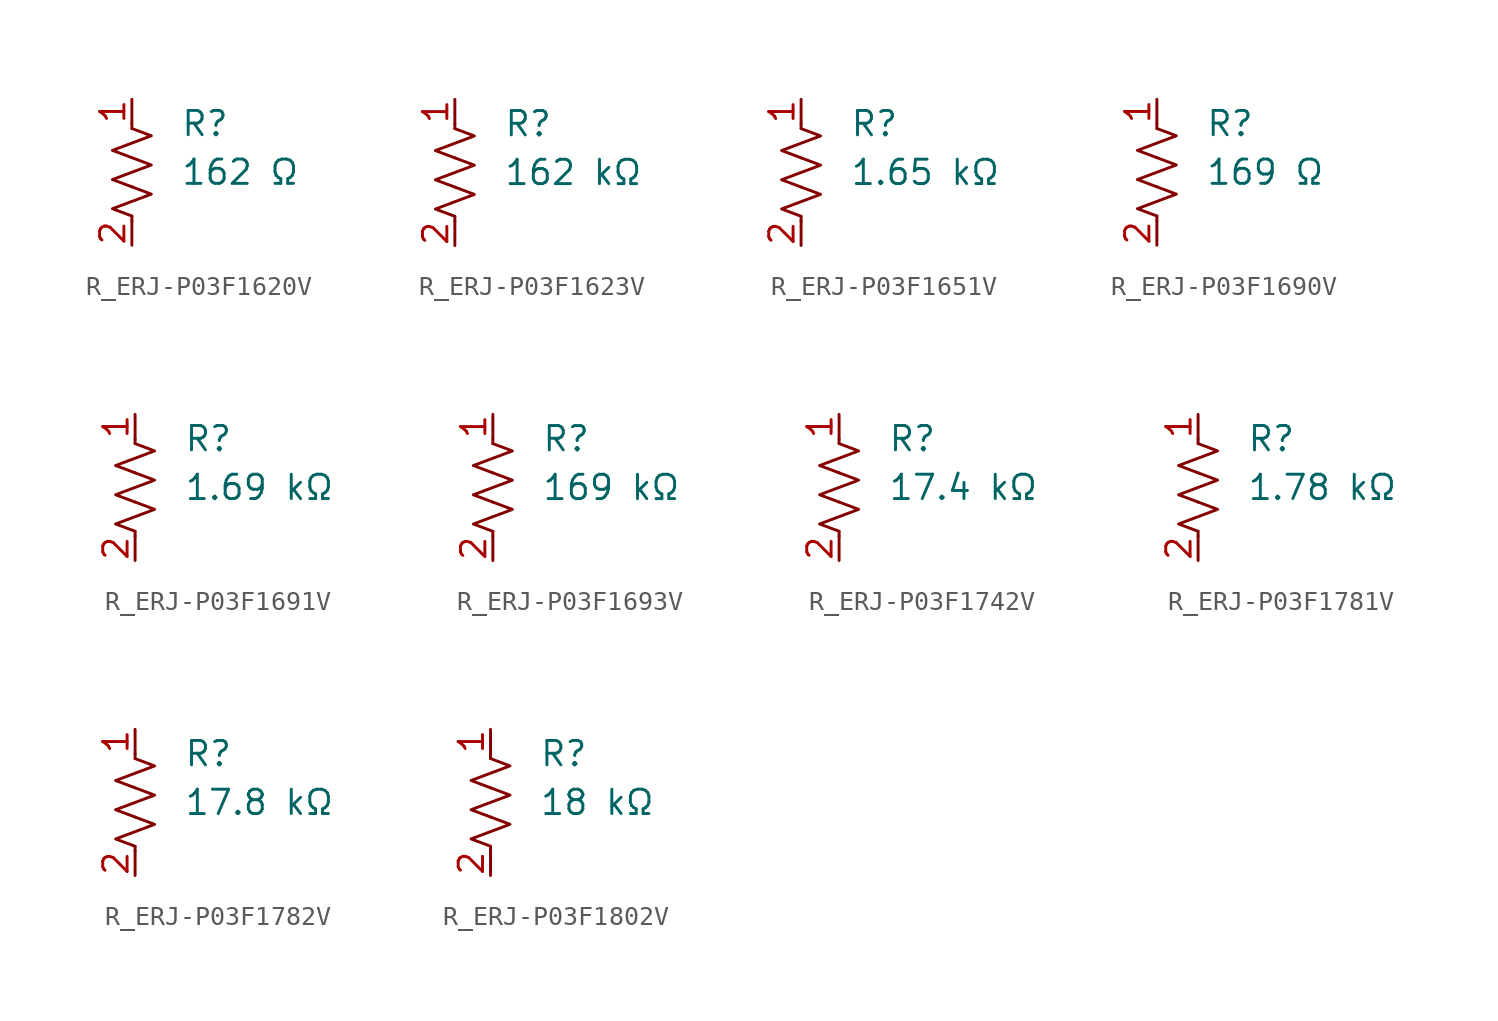
<source format=kicad_sym>
(kicad_symbol_lib
  (version 20231120)
  (generator "kicad_symbol_editor")
  (generator_version "8.0")
  (symbol "R_ERJ-P03F1620V"
    (pin_names
      (offset 0.254))
    (property "Value" "162 Ω"
      (at 2.54 0 0)
      (effects (font (size 1.27 1.27)) (justify left)))
    (property "Reference" "R"
      (at 2.54 2.54 0)
      (effects (font (size 1.27 1.27)) (justify left)))
    (symbol "R_ERJ-P03F1620V_0_1"
      (polyline (pts (xy 0 -2.286) (xy 0 -2.54)) (stroke (width 0) (type default)) (fill (type none)))
      (polyline (pts (xy 0 2.286) (xy 0 2.54)) (stroke (width 0) (type default)) (fill (type none)))
      (polyline (pts (xy 0 -0.762) (xy 1.016 -1.143) (xy 0 -1.524) (xy -1.016 -1.905) (xy 0 -2.286)) (stroke (width 0) (type default)) (fill (type none)))
      (polyline (pts (xy 0 0.762) (xy 1.016 0.381) (xy 0 0) (xy -1.016 -0.381) (xy 0 -0.762)) (stroke (width 0) (type default)) (fill (type none)))
      (polyline (pts (xy 0 2.286) (xy 1.016 1.905) (xy 0 1.524) (xy -1.016 1.143) (xy 0 0.762)) (stroke (width 0) (type default)) (fill (type none))))
    (symbol "R_ERJ-P03F1620V_1_1"
      (pin passive line (at 0 3.81 270) (length 1.27) (name "~" (effects (font (size 1.27 1.27)))) (number "1" (effects (font (size 1.27 1.27)))))
      (pin passive line (at 0 -3.81 90) (length 1.27) (name "~" (effects (font (size 1.27 1.27)))) (number "2" (effects (font (size 1.27 1.27)))))))
  (symbol "R_ERJ-P03F1623V"
    (pin_names
      (offset 0.254))
    (property "Value" "162 kΩ"
      (at 2.54 0 0)
      (effects (font (size 1.27 1.27)) (justify left)))
    (property "Reference" "R"
      (at 2.54 2.54 0)
      (effects (font (size 1.27 1.27)) (justify left)))
    (symbol "R_ERJ-P03F1623V_0_1"
      (polyline (pts (xy 0 -2.286) (xy 0 -2.54)) (stroke (width 0) (type default)) (fill (type none)))
      (polyline (pts (xy 0 2.286) (xy 0 2.54)) (stroke (width 0) (type default)) (fill (type none)))
      (polyline (pts (xy 0 -0.762) (xy 1.016 -1.143) (xy 0 -1.524) (xy -1.016 -1.905) (xy 0 -2.286)) (stroke (width 0) (type default)) (fill (type none)))
      (polyline (pts (xy 0 0.762) (xy 1.016 0.381) (xy 0 0) (xy -1.016 -0.381) (xy 0 -0.762)) (stroke (width 0) (type default)) (fill (type none)))
      (polyline (pts (xy 0 2.286) (xy 1.016 1.905) (xy 0 1.524) (xy -1.016 1.143) (xy 0 0.762)) (stroke (width 0) (type default)) (fill (type none))))
    (symbol "R_ERJ-P03F1623V_1_1"
      (pin passive line (at 0 3.81 270) (length 1.27) (name "~" (effects (font (size 1.27 1.27)))) (number "1" (effects (font (size 1.27 1.27)))))
      (pin passive line (at 0 -3.81 90) (length 1.27) (name "~" (effects (font (size 1.27 1.27)))) (number "2" (effects (font (size 1.27 1.27)))))))
  (symbol "R_ERJ-P03F1651V"
    (pin_names
      (offset 0.254))
    (property "Value" "1.65 kΩ"
      (at 2.54 0 0)
      (effects (font (size 1.27 1.27)) (justify left)))
    (property "Reference" "R"
      (at 2.54 2.54 0)
      (effects (font (size 1.27 1.27)) (justify left)))
    (symbol "R_ERJ-P03F1651V_0_1"
      (polyline (pts (xy 0 -2.286) (xy 0 -2.54)) (stroke (width 0) (type default)) (fill (type none)))
      (polyline (pts (xy 0 2.286) (xy 0 2.54)) (stroke (width 0) (type default)) (fill (type none)))
      (polyline (pts (xy 0 -0.762) (xy 1.016 -1.143) (xy 0 -1.524) (xy -1.016 -1.905) (xy 0 -2.286)) (stroke (width 0) (type default)) (fill (type none)))
      (polyline (pts (xy 0 0.762) (xy 1.016 0.381) (xy 0 0) (xy -1.016 -0.381) (xy 0 -0.762)) (stroke (width 0) (type default)) (fill (type none)))
      (polyline (pts (xy 0 2.286) (xy 1.016 1.905) (xy 0 1.524) (xy -1.016 1.143) (xy 0 0.762)) (stroke (width 0) (type default)) (fill (type none))))
    (symbol "R_ERJ-P03F1651V_1_1"
      (pin passive line (at 0 3.81 270) (length 1.27) (name "~" (effects (font (size 1.27 1.27)))) (number "1" (effects (font (size 1.27 1.27)))))
      (pin passive line (at 0 -3.81 90) (length 1.27) (name "~" (effects (font (size 1.27 1.27)))) (number "2" (effects (font (size 1.27 1.27)))))))
  (symbol "R_ERJ-P03F1690V"
    (pin_names
      (offset 0.254))
    (property "Value" "169 Ω"
      (at 2.54 0 0)
      (effects (font (size 1.27 1.27)) (justify left)))
    (property "Reference" "R"
      (at 2.54 2.54 0)
      (effects (font (size 1.27 1.27)) (justify left)))
    (symbol "R_ERJ-P03F1690V_0_1"
      (polyline (pts (xy 0 -2.286) (xy 0 -2.54)) (stroke (width 0) (type default)) (fill (type none)))
      (polyline (pts (xy 0 2.286) (xy 0 2.54)) (stroke (width 0) (type default)) (fill (type none)))
      (polyline (pts (xy 0 -0.762) (xy 1.016 -1.143) (xy 0 -1.524) (xy -1.016 -1.905) (xy 0 -2.286)) (stroke (width 0) (type default)) (fill (type none)))
      (polyline (pts (xy 0 0.762) (xy 1.016 0.381) (xy 0 0) (xy -1.016 -0.381) (xy 0 -0.762)) (stroke (width 0) (type default)) (fill (type none)))
      (polyline (pts (xy 0 2.286) (xy 1.016 1.905) (xy 0 1.524) (xy -1.016 1.143) (xy 0 0.762)) (stroke (width 0) (type default)) (fill (type none))))
    (symbol "R_ERJ-P03F1690V_1_1"
      (pin passive line (at 0 3.81 270) (length 1.27) (name "~" (effects (font (size 1.27 1.27)))) (number "1" (effects (font (size 1.27 1.27)))))
      (pin passive line (at 0 -3.81 90) (length 1.27) (name "~" (effects (font (size 1.27 1.27)))) (number "2" (effects (font (size 1.27 1.27)))))))
  (symbol "R_ERJ-P03F1691V"
    (pin_names
      (offset 0.254))
    (property "Value" "1.69 kΩ"
      (at 2.54 0 0)
      (effects (font (size 1.27 1.27)) (justify left)))
    (property "Reference" "R"
      (at 2.54 2.54 0)
      (effects (font (size 1.27 1.27)) (justify left)))
    (symbol "R_ERJ-P03F1691V_0_1"
      (polyline (pts (xy 0 -2.286) (xy 0 -2.54)) (stroke (width 0) (type default)) (fill (type none)))
      (polyline (pts (xy 0 2.286) (xy 0 2.54)) (stroke (width 0) (type default)) (fill (type none)))
      (polyline (pts (xy 0 -0.762) (xy 1.016 -1.143) (xy 0 -1.524) (xy -1.016 -1.905) (xy 0 -2.286)) (stroke (width 0) (type default)) (fill (type none)))
      (polyline (pts (xy 0 0.762) (xy 1.016 0.381) (xy 0 0) (xy -1.016 -0.381) (xy 0 -0.762)) (stroke (width 0) (type default)) (fill (type none)))
      (polyline (pts (xy 0 2.286) (xy 1.016 1.905) (xy 0 1.524) (xy -1.016 1.143) (xy 0 0.762)) (stroke (width 0) (type default)) (fill (type none))))
    (symbol "R_ERJ-P03F1691V_1_1"
      (pin passive line (at 0 3.81 270) (length 1.27) (name "~" (effects (font (size 1.27 1.27)))) (number "1" (effects (font (size 1.27 1.27)))))
      (pin passive line (at 0 -3.81 90) (length 1.27) (name "~" (effects (font (size 1.27 1.27)))) (number "2" (effects (font (size 1.27 1.27)))))))
  (symbol "R_ERJ-P03F1693V"
    (pin_names
      (offset 0.254))
    (property "Value" "169 kΩ"
      (at 2.54 0 0)
      (effects (font (size 1.27 1.27)) (justify left)))
    (property "Reference" "R"
      (at 2.54 2.54 0)
      (effects (font (size 1.27 1.27)) (justify left)))
    (symbol "R_ERJ-P03F1693V_0_1"
      (polyline (pts (xy 0 -2.286) (xy 0 -2.54)) (stroke (width 0) (type default)) (fill (type none)))
      (polyline (pts (xy 0 2.286) (xy 0 2.54)) (stroke (width 0) (type default)) (fill (type none)))
      (polyline (pts (xy 0 -0.762) (xy 1.016 -1.143) (xy 0 -1.524) (xy -1.016 -1.905) (xy 0 -2.286)) (stroke (width 0) (type default)) (fill (type none)))
      (polyline (pts (xy 0 0.762) (xy 1.016 0.381) (xy 0 0) (xy -1.016 -0.381) (xy 0 -0.762)) (stroke (width 0) (type default)) (fill (type none)))
      (polyline (pts (xy 0 2.286) (xy 1.016 1.905) (xy 0 1.524) (xy -1.016 1.143) (xy 0 0.762)) (stroke (width 0) (type default)) (fill (type none))))
    (symbol "R_ERJ-P03F1693V_1_1"
      (pin passive line (at 0 3.81 270) (length 1.27) (name "~" (effects (font (size 1.27 1.27)))) (number "1" (effects (font (size 1.27 1.27)))))
      (pin passive line (at 0 -3.81 90) (length 1.27) (name "~" (effects (font (size 1.27 1.27)))) (number "2" (effects (font (size 1.27 1.27)))))))
  (symbol "R_ERJ-P03F1742V"
    (pin_names
      (offset 0.254))
    (property "Value" "17.4 kΩ"
      (at 2.54 0 0)
      (effects (font (size 1.27 1.27)) (justify left)))
    (property "Reference" "R"
      (at 2.54 2.54 0)
      (effects (font (size 1.27 1.27)) (justify left)))
    (symbol "R_ERJ-P03F1742V_0_1"
      (polyline (pts (xy 0 -2.286) (xy 0 -2.54)) (stroke (width 0) (type default)) (fill (type none)))
      (polyline (pts (xy 0 2.286) (xy 0 2.54)) (stroke (width 0) (type default)) (fill (type none)))
      (polyline (pts (xy 0 -0.762) (xy 1.016 -1.143) (xy 0 -1.524) (xy -1.016 -1.905) (xy 0 -2.286)) (stroke (width 0) (type default)) (fill (type none)))
      (polyline (pts (xy 0 0.762) (xy 1.016 0.381) (xy 0 0) (xy -1.016 -0.381) (xy 0 -0.762)) (stroke (width 0) (type default)) (fill (type none)))
      (polyline (pts (xy 0 2.286) (xy 1.016 1.905) (xy 0 1.524) (xy -1.016 1.143) (xy 0 0.762)) (stroke (width 0) (type default)) (fill (type none))))
    (symbol "R_ERJ-P03F1742V_1_1"
      (pin passive line (at 0 3.81 270) (length 1.27) (name "~" (effects (font (size 1.27 1.27)))) (number "1" (effects (font (size 1.27 1.27)))))
      (pin passive line (at 0 -3.81 90) (length 1.27) (name "~" (effects (font (size 1.27 1.27)))) (number "2" (effects (font (size 1.27 1.27)))))))
  (symbol "R_ERJ-P03F1781V"
    (pin_names
      (offset 0.254))
    (property "Value" "1.78 kΩ"
      (at 2.54 0 0)
      (effects (font (size 1.27 1.27)) (justify left)))
    (property "Reference" "R"
      (at 2.54 2.54 0)
      (effects (font (size 1.27 1.27)) (justify left)))
    (symbol "R_ERJ-P03F1781V_0_1"
      (polyline (pts (xy 0 -2.286) (xy 0 -2.54)) (stroke (width 0) (type default)) (fill (type none)))
      (polyline (pts (xy 0 2.286) (xy 0 2.54)) (stroke (width 0) (type default)) (fill (type none)))
      (polyline (pts (xy 0 -0.762) (xy 1.016 -1.143) (xy 0 -1.524) (xy -1.016 -1.905) (xy 0 -2.286)) (stroke (width 0) (type default)) (fill (type none)))
      (polyline (pts (xy 0 0.762) (xy 1.016 0.381) (xy 0 0) (xy -1.016 -0.381) (xy 0 -0.762)) (stroke (width 0) (type default)) (fill (type none)))
      (polyline (pts (xy 0 2.286) (xy 1.016 1.905) (xy 0 1.524) (xy -1.016 1.143) (xy 0 0.762)) (stroke (width 0) (type default)) (fill (type none))))
    (symbol "R_ERJ-P03F1781V_1_1"
      (pin passive line (at 0 3.81 270) (length 1.27) (name "~" (effects (font (size 1.27 1.27)))) (number "1" (effects (font (size 1.27 1.27)))))
      (pin passive line (at 0 -3.81 90) (length 1.27) (name "~" (effects (font (size 1.27 1.27)))) (number "2" (effects (font (size 1.27 1.27)))))))
  (symbol "R_ERJ-P03F1782V"
    (pin_names
      (offset 0.254))
    (property "Value" "17.8 kΩ"
      (at 2.54 0 0)
      (effects (font (size 1.27 1.27)) (justify left)))
    (property "Reference" "R"
      (at 2.54 2.54 0)
      (effects (font (size 1.27 1.27)) (justify left)))
    (symbol "R_ERJ-P03F1782V_0_1"
      (polyline (pts (xy 0 -2.286) (xy 0 -2.54)) (stroke (width 0) (type default)) (fill (type none)))
      (polyline (pts (xy 0 2.286) (xy 0 2.54)) (stroke (width 0) (type default)) (fill (type none)))
      (polyline (pts (xy 0 -0.762) (xy 1.016 -1.143) (xy 0 -1.524) (xy -1.016 -1.905) (xy 0 -2.286)) (stroke (width 0) (type default)) (fill (type none)))
      (polyline (pts (xy 0 0.762) (xy 1.016 0.381) (xy 0 0) (xy -1.016 -0.381) (xy 0 -0.762)) (stroke (width 0) (type default)) (fill (type none)))
      (polyline (pts (xy 0 2.286) (xy 1.016 1.905) (xy 0 1.524) (xy -1.016 1.143) (xy 0 0.762)) (stroke (width 0) (type default)) (fill (type none))))
    (symbol "R_ERJ-P03F1782V_1_1"
      (pin passive line (at 0 3.81 270) (length 1.27) (name "~" (effects (font (size 1.27 1.27)))) (number "1" (effects (font (size 1.27 1.27)))))
      (pin passive line (at 0 -3.81 90) (length 1.27) (name "~" (effects (font (size 1.27 1.27)))) (number "2" (effects (font (size 1.27 1.27)))))))
  (symbol "R_ERJ-P03F1802V"
    (pin_names
      (offset 0.254))
    (property "Value" "18 kΩ"
      (at 2.54 0 0)
      (effects (font (size 1.27 1.27)) (justify left)))
    (property "Reference" "R"
      (at 2.54 2.54 0)
      (effects (font (size 1.27 1.27)) (justify left)))
    (symbol "R_ERJ-P03F1802V_0_1"
      (polyline (pts (xy 0 -2.286) (xy 0 -2.54)) (stroke (width 0) (type default)) (fill (type none)))
      (polyline (pts (xy 0 2.286) (xy 0 2.54)) (stroke (width 0) (type default)) (fill (type none)))
      (polyline (pts (xy 0 -0.762) (xy 1.016 -1.143) (xy 0 -1.524) (xy -1.016 -1.905) (xy 0 -2.286)) (stroke (width 0) (type default)) (fill (type none)))
      (polyline (pts (xy 0 0.762) (xy 1.016 0.381) (xy 0 0) (xy -1.016 -0.381) (xy 0 -0.762)) (stroke (width 0) (type default)) (fill (type none)))
      (polyline (pts (xy 0 2.286) (xy 1.016 1.905) (xy 0 1.524) (xy -1.016 1.143) (xy 0 0.762)) (stroke (width 0) (type default)) (fill (type none))))
    (symbol "R_ERJ-P03F1802V_1_1"
      (pin passive line (at 0 3.81 270) (length 1.27) (name "~" (effects (font (size 1.27 1.27)))) (number "1" (effects (font (size 1.27 1.27)))))
      (pin passive line (at 0 -3.81 90) (length 1.27) (name "~" (effects (font (size 1.27 1.27)))) (number "2" (effects (font (size 1.27 1.27))))))))
</source>
